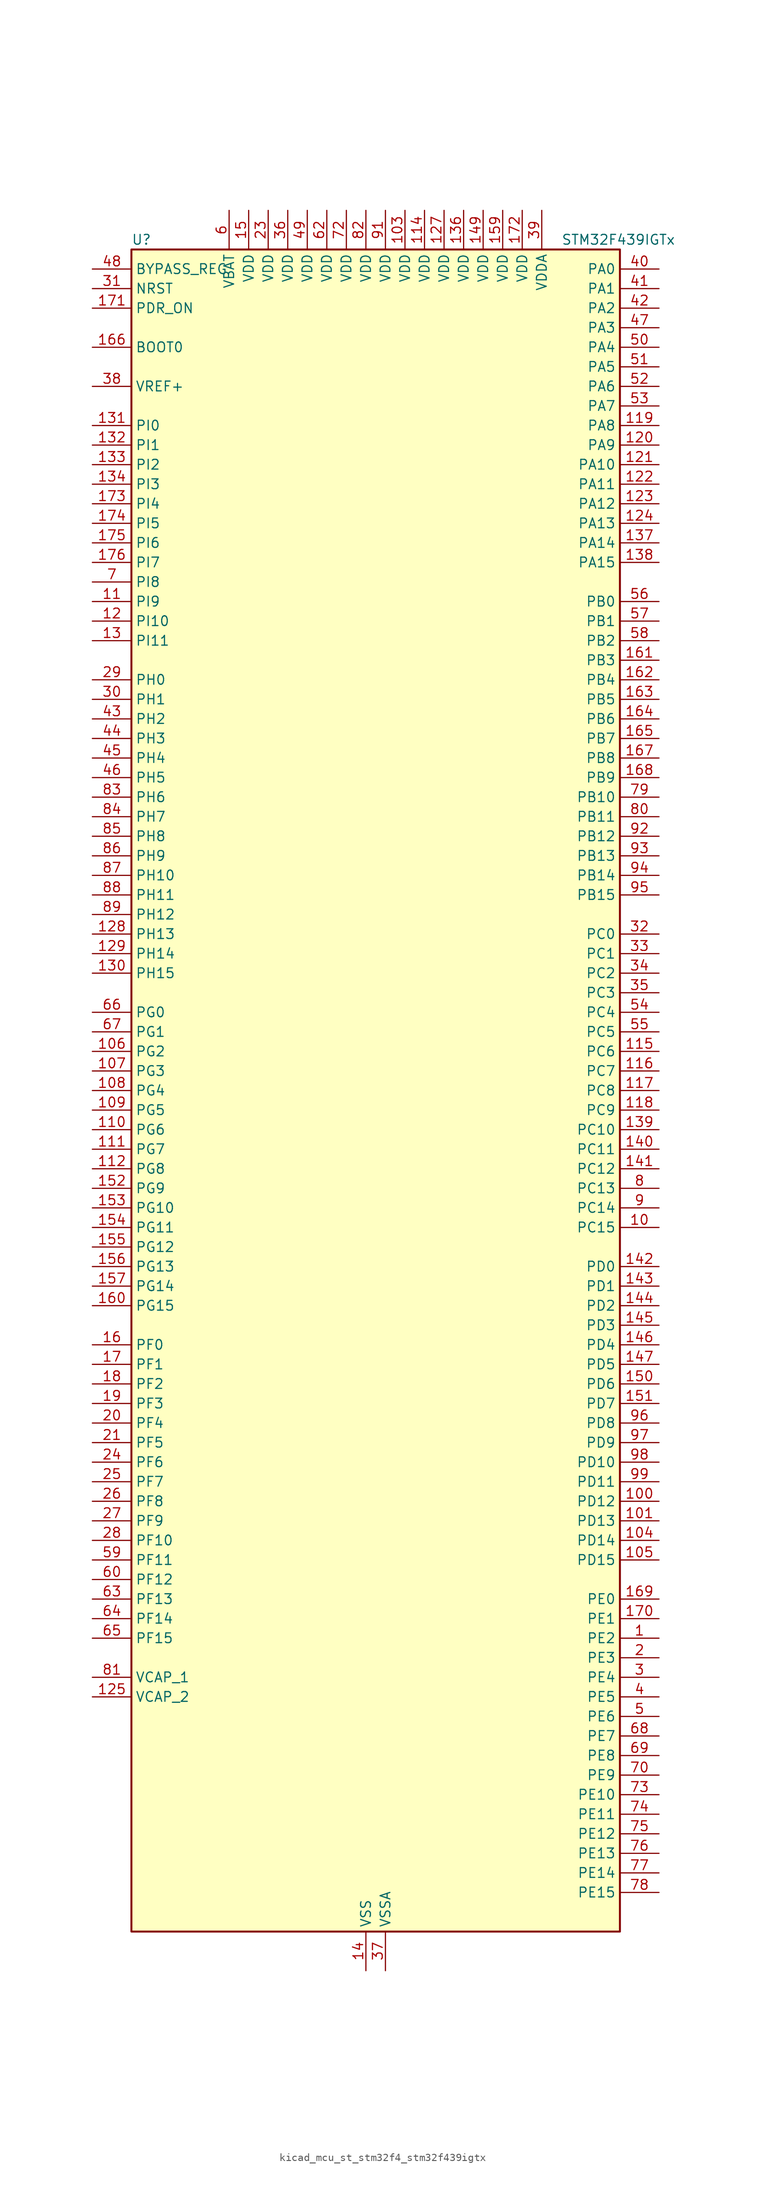
<source format=kicad_sym>
(kicad_symbol_lib
  (version 20220914)
  (generator kicad_symbol_editor)
  (symbol "kicad_mcu_st_stm32f4_stm32f439igtx"
    (property "Reference" "U"
      (at -30.48 110.49 0)
      (effects (font (size 1.27 1.27)) (justify left)))
    (property "Value" "STM32F439IGTx"
      (at 25.4 110.49 0)
      (effects (font (size 1.27 1.27)) (justify left)))
    (property "ki_locked" ""
      (at 0 0 0)
      (effects (font (size 1.27 1.27))))
    (symbol "kicad_mcu_st_stm32f4_stm32f439igtx_0_1"
      (rectangle (start -30.48 -109.22) (end 33.02 109.22) (stroke (width 0.254) (type default)) (fill (type background))))
    (symbol "kicad_mcu_st_stm32f4_stm32f439igtx_1_1"
      (pin bidirectional line (at 38.1 -71.12 180) (length 5.08) (name "PE2" (effects (font (size 1.27 1.27)))) (number "1" (effects (font (size 1.27 1.27)))) (alternate "ETH_TXD3" bidirectional line) (alternate "FMC_A23" bidirectional line) (alternate "SAI1_MCLK_A" bidirectional line) (alternate "SPI4_SCK" bidirectional line) (alternate "SYS_TRACECLK" bidirectional line))
      (pin bidirectional line (at 38.1 -17.78 180) (length 5.08) (name "PC15" (effects (font (size 1.27 1.27)))) (number "10" (effects (font (size 1.27 1.27)))) (alternate "ADC1_EXTI15" bidirectional line) (alternate "ADC2_EXTI15" bidirectional line) (alternate "ADC3_EXTI15" bidirectional line) (alternate "RCC_OSC32_OUT" bidirectional line))
      (pin bidirectional line (at 38.1 -53.34 180) (length 5.08) (name "PD12" (effects (font (size 1.27 1.27)))) (number "100" (effects (font (size 1.27 1.27)))) (alternate "FMC_A17" bidirectional line) (alternate "FMC_ALE" bidirectional line) (alternate "TIM4_CH1" bidirectional line) (alternate "USART3_RTS" bidirectional line))
      (pin bidirectional line (at 38.1 -55.88 180) (length 5.08) (name "PD13" (effects (font (size 1.27 1.27)))) (number "101" (effects (font (size 1.27 1.27)))) (alternate "FMC_A18" bidirectional line) (alternate "TIM4_CH2" bidirectional line))
      (pin passive line (at 0 -114.3 90) (length 5.08) hide (name "VSS" (effects (font (size 1.27 1.27)))) (number "102" (effects (font (size 1.27 1.27)))))
      (pin power_in line (at 5.08 114.3 270) (length 5.08) (name "VDD" (effects (font (size 1.27 1.27)))) (number "103" (effects (font (size 1.27 1.27)))))
      (pin bidirectional line (at 38.1 -58.42 180) (length 5.08) (name "PD14" (effects (font (size 1.27 1.27)))) (number "104" (effects (font (size 1.27 1.27)))) (alternate "FMC_D0" bidirectional line) (alternate "FMC_DA0" bidirectional line) (alternate "TIM4_CH3" bidirectional line))
      (pin bidirectional line (at 38.1 -60.96 180) (length 5.08) (name "PD15" (effects (font (size 1.27 1.27)))) (number "105" (effects (font (size 1.27 1.27)))) (alternate "ADC1_EXTI15" bidirectional line) (alternate "ADC2_EXTI15" bidirectional line) (alternate "ADC3_EXTI15" bidirectional line) (alternate "FMC_D1" bidirectional line) (alternate "FMC_DA1" bidirectional line) (alternate "TIM4_CH4" bidirectional line))
      (pin bidirectional line (at -35.56 5.08 0) (length 5.08) (name "PG2" (effects (font (size 1.27 1.27)))) (number "106" (effects (font (size 1.27 1.27)))) (alternate "FMC_A12" bidirectional line))
      (pin bidirectional line (at -35.56 2.54 0) (length 5.08) (name "PG3" (effects (font (size 1.27 1.27)))) (number "107" (effects (font (size 1.27 1.27)))) (alternate "FMC_A13" bidirectional line))
      (pin bidirectional line (at -35.56 0 0) (length 5.08) (name "PG4" (effects (font (size 1.27 1.27)))) (number "108" (effects (font (size 1.27 1.27)))) (alternate "FMC_A14" bidirectional line) (alternate "FMC_BA0" bidirectional line))
      (pin bidirectional line (at -35.56 -2.54 0) (length 5.08) (name "PG5" (effects (font (size 1.27 1.27)))) (number "109" (effects (font (size 1.27 1.27)))) (alternate "FMC_A15" bidirectional line) (alternate "FMC_BA1" bidirectional line))
      (pin bidirectional line (at -35.56 63.5 0) (length 5.08) (name "PI9" (effects (font (size 1.27 1.27)))) (number "11" (effects (font (size 1.27 1.27)))) (alternate "CAN1_RX" bidirectional line) (alternate "DAC_EXTI9" bidirectional line) (alternate "FMC_D30" bidirectional line) (alternate "LTDC_VSYNC" bidirectional line))
      (pin bidirectional line (at -35.56 -5.08 0) (length 5.08) (name "PG6" (effects (font (size 1.27 1.27)))) (number "110" (effects (font (size 1.27 1.27)))) (alternate "DCMI_D12" bidirectional line) (alternate "FMC_INT2" bidirectional line) (alternate "LTDC_R7" bidirectional line))
      (pin bidirectional line (at -35.56 -7.62 0) (length 5.08) (name "PG7" (effects (font (size 1.27 1.27)))) (number "111" (effects (font (size 1.27 1.27)))) (alternate "DCMI_D13" bidirectional line) (alternate "FMC_INT3" bidirectional line) (alternate "LTDC_CLK" bidirectional line) (alternate "USART6_CK" bidirectional line))
      (pin bidirectional line (at -35.56 -10.16 0) (length 5.08) (name "PG8" (effects (font (size 1.27 1.27)))) (number "112" (effects (font (size 1.27 1.27)))) (alternate "ETH_PPS_OUT" bidirectional line) (alternate "FMC_SDCLK" bidirectional line) (alternate "SPI6_NSS" bidirectional line) (alternate "USART6_RTS" bidirectional line))
      (pin passive line (at 0 -114.3 90) (length 5.08) hide (name "VSS" (effects (font (size 1.27 1.27)))) (number "113" (effects (font (size 1.27 1.27)))))
      (pin power_in line (at 7.62 114.3 270) (length 5.08) (name "VDD" (effects (font (size 1.27 1.27)))) (number "114" (effects (font (size 1.27 1.27)))))
      (pin bidirectional line (at 38.1 5.08 180) (length 5.08) (name "PC6" (effects (font (size 1.27 1.27)))) (number "115" (effects (font (size 1.27 1.27)))) (alternate "DCMI_D0" bidirectional line) (alternate "I2S2_MCK" bidirectional line) (alternate "LTDC_HSYNC" bidirectional line) (alternate "SDIO_D6" bidirectional line) (alternate "TIM3_CH1" bidirectional line) (alternate "TIM8_CH1" bidirectional line) (alternate "USART6_TX" bidirectional line))
      (pin bidirectional line (at 38.1 2.54 180) (length 5.08) (name "PC7" (effects (font (size 1.27 1.27)))) (number "116" (effects (font (size 1.27 1.27)))) (alternate "DCMI_D1" bidirectional line) (alternate "I2S3_MCK" bidirectional line) (alternate "LTDC_G6" bidirectional line) (alternate "SDIO_D7" bidirectional line) (alternate "TIM3_CH2" bidirectional line) (alternate "TIM8_CH2" bidirectional line) (alternate "USART6_RX" bidirectional line))
      (pin bidirectional line (at 38.1 0 180) (length 5.08) (name "PC8" (effects (font (size 1.27 1.27)))) (number "117" (effects (font (size 1.27 1.27)))) (alternate "DCMI_D2" bidirectional line) (alternate "SDIO_D0" bidirectional line) (alternate "TIM3_CH3" bidirectional line) (alternate "TIM8_CH3" bidirectional line) (alternate "USART6_CK" bidirectional line))
      (pin bidirectional line (at 38.1 -2.54 180) (length 5.08) (name "PC9" (effects (font (size 1.27 1.27)))) (number "118" (effects (font (size 1.27 1.27)))) (alternate "DAC_EXTI9" bidirectional line) (alternate "DCMI_D3" bidirectional line) (alternate "I2C3_SDA" bidirectional line) (alternate "I2S_CKIN" bidirectional line) (alternate "RCC_MCO_2" bidirectional line) (alternate "SDIO_D1" bidirectional line) (alternate "TIM3_CH4" bidirectional line) (alternate "TIM8_CH4" bidirectional line))
      (pin bidirectional line (at 38.1 86.36 180) (length 5.08) (name "PA8" (effects (font (size 1.27 1.27)))) (number "119" (effects (font (size 1.27 1.27)))) (alternate "I2C3_SCL" bidirectional line) (alternate "LTDC_R6" bidirectional line) (alternate "RCC_MCO_1" bidirectional line) (alternate "TIM1_CH1" bidirectional line) (alternate "USART1_CK" bidirectional line) (alternate "USB_OTG_FS_SOF" bidirectional line))
      (pin bidirectional line (at -35.56 60.96 0) (length 5.08) (name "PI10" (effects (font (size 1.27 1.27)))) (number "12" (effects (font (size 1.27 1.27)))) (alternate "ETH_RX_ER" bidirectional line) (alternate "FMC_D31" bidirectional line) (alternate "LTDC_HSYNC" bidirectional line))
      (pin bidirectional line (at 38.1 83.82 180) (length 5.08) (name "PA9" (effects (font (size 1.27 1.27)))) (number "120" (effects (font (size 1.27 1.27)))) (alternate "DAC_EXTI9" bidirectional line) (alternate "DCMI_D0" bidirectional line) (alternate "I2C3_SMBA" bidirectional line) (alternate "TIM1_CH2" bidirectional line) (alternate "USART1_TX" bidirectional line) (alternate "USB_OTG_FS_VBUS" bidirectional line))
      (pin bidirectional line (at 38.1 81.28 180) (length 5.08) (name "PA10" (effects (font (size 1.27 1.27)))) (number "121" (effects (font (size 1.27 1.27)))) (alternate "DCMI_D1" bidirectional line) (alternate "TIM1_CH3" bidirectional line) (alternate "USART1_RX" bidirectional line) (alternate "USB_OTG_FS_ID" bidirectional line))
      (pin bidirectional line (at 38.1 78.74 180) (length 5.08) (name "PA11" (effects (font (size 1.27 1.27)))) (number "122" (effects (font (size 1.27 1.27)))) (alternate "ADC1_EXTI11" bidirectional line) (alternate "ADC2_EXTI11" bidirectional line) (alternate "ADC3_EXTI11" bidirectional line) (alternate "CAN1_RX" bidirectional line) (alternate "LTDC_R4" bidirectional line) (alternate "TIM1_CH4" bidirectional line) (alternate "USART1_CTS" bidirectional line) (alternate "USB_OTG_FS_DM" bidirectional line))
      (pin bidirectional line (at 38.1 76.2 180) (length 5.08) (name "PA12" (effects (font (size 1.27 1.27)))) (number "123" (effects (font (size 1.27 1.27)))) (alternate "CAN1_TX" bidirectional line) (alternate "LTDC_R5" bidirectional line) (alternate "TIM1_ETR" bidirectional line) (alternate "USART1_RTS" bidirectional line) (alternate "USB_OTG_FS_DP" bidirectional line))
      (pin bidirectional line (at 38.1 73.66 180) (length 5.08) (name "PA13" (effects (font (size 1.27 1.27)))) (number "124" (effects (font (size 1.27 1.27)))) (alternate "SYS_JTMS-SWDIO" bidirectional line))
      (pin power_out line (at -35.56 -78.74 0) (length 5.08) (name "VCAP_2" (effects (font (size 1.27 1.27)))) (number "125" (effects (font (size 1.27 1.27)))))
      (pin passive line (at 0 -114.3 90) (length 5.08) hide (name "VSS" (effects (font (size 1.27 1.27)))) (number "126" (effects (font (size 1.27 1.27)))))
      (pin power_in line (at 10.16 114.3 270) (length 5.08) (name "VDD" (effects (font (size 1.27 1.27)))) (number "127" (effects (font (size 1.27 1.27)))))
      (pin bidirectional line (at -35.56 20.32 0) (length 5.08) (name "PH13" (effects (font (size 1.27 1.27)))) (number "128" (effects (font (size 1.27 1.27)))) (alternate "CAN1_TX" bidirectional line) (alternate "FMC_D21" bidirectional line) (alternate "LTDC_G2" bidirectional line) (alternate "TIM8_CH1N" bidirectional line))
      (pin bidirectional line (at -35.56 17.78 0) (length 5.08) (name "PH14" (effects (font (size 1.27 1.27)))) (number "129" (effects (font (size 1.27 1.27)))) (alternate "DCMI_D4" bidirectional line) (alternate "FMC_D22" bidirectional line) (alternate "LTDC_G3" bidirectional line) (alternate "TIM8_CH2N" bidirectional line))
      (pin bidirectional line (at -35.56 58.42 0) (length 5.08) (name "PI11" (effects (font (size 1.27 1.27)))) (number "13" (effects (font (size 1.27 1.27)))) (alternate "ADC1_EXTI11" bidirectional line) (alternate "ADC2_EXTI11" bidirectional line) (alternate "ADC3_EXTI11" bidirectional line) (alternate "USB_OTG_HS_ULPI_DIR" bidirectional line))
      (pin bidirectional line (at -35.56 15.24 0) (length 5.08) (name "PH15" (effects (font (size 1.27 1.27)))) (number "130" (effects (font (size 1.27 1.27)))) (alternate "ADC1_EXTI15" bidirectional line) (alternate "ADC2_EXTI15" bidirectional line) (alternate "ADC3_EXTI15" bidirectional line) (alternate "DCMI_D11" bidirectional line) (alternate "FMC_D23" bidirectional line) (alternate "LTDC_G4" bidirectional line) (alternate "TIM8_CH3N" bidirectional line))
      (pin bidirectional line (at -35.56 86.36 0) (length 5.08) (name "PI0" (effects (font (size 1.27 1.27)))) (number "131" (effects (font (size 1.27 1.27)))) (alternate "DCMI_D13" bidirectional line) (alternate "FMC_D24" bidirectional line) (alternate "I2S2_WS" bidirectional line) (alternate "LTDC_G5" bidirectional line) (alternate "SPI2_NSS" bidirectional line) (alternate "TIM5_CH4" bidirectional line))
      (pin bidirectional line (at -35.56 83.82 0) (length 5.08) (name "PI1" (effects (font (size 1.27 1.27)))) (number "132" (effects (font (size 1.27 1.27)))) (alternate "DCMI_D8" bidirectional line) (alternate "FMC_D25" bidirectional line) (alternate "I2S2_CK" bidirectional line) (alternate "LTDC_G6" bidirectional line) (alternate "SPI2_SCK" bidirectional line))
      (pin bidirectional line (at -35.56 81.28 0) (length 5.08) (name "PI2" (effects (font (size 1.27 1.27)))) (number "133" (effects (font (size 1.27 1.27)))) (alternate "DCMI_D9" bidirectional line) (alternate "FMC_D26" bidirectional line) (alternate "I2S2_ext_SD" bidirectional line) (alternate "LTDC_G7" bidirectional line) (alternate "SPI2_MISO" bidirectional line) (alternate "TIM8_CH4" bidirectional line))
      (pin bidirectional line (at -35.56 78.74 0) (length 5.08) (name "PI3" (effects (font (size 1.27 1.27)))) (number "134" (effects (font (size 1.27 1.27)))) (alternate "DCMI_D10" bidirectional line) (alternate "FMC_D27" bidirectional line) (alternate "I2S2_SD" bidirectional line) (alternate "SPI2_MOSI" bidirectional line) (alternate "TIM8_ETR" bidirectional line))
      (pin passive line (at 0 -114.3 90) (length 5.08) hide (name "VSS" (effects (font (size 1.27 1.27)))) (number "135" (effects (font (size 1.27 1.27)))))
      (pin power_in line (at 12.7 114.3 270) (length 5.08) (name "VDD" (effects (font (size 1.27 1.27)))) (number "136" (effects (font (size 1.27 1.27)))))
      (pin bidirectional line (at 38.1 71.12 180) (length 5.08) (name "PA14" (effects (font (size 1.27 1.27)))) (number "137" (effects (font (size 1.27 1.27)))) (alternate "SYS_JTCK-SWCLK" bidirectional line))
      (pin bidirectional line (at 38.1 68.58 180) (length 5.08) (name "PA15" (effects (font (size 1.27 1.27)))) (number "138" (effects (font (size 1.27 1.27)))) (alternate "ADC1_EXTI15" bidirectional line) (alternate "ADC2_EXTI15" bidirectional line) (alternate "ADC3_EXTI15" bidirectional line) (alternate "I2S3_WS" bidirectional line) (alternate "SPI1_NSS" bidirectional line) (alternate "SPI3_NSS" bidirectional line) (alternate "SYS_JTDI" bidirectional line) (alternate "TIM2_CH1" bidirectional line) (alternate "TIM2_ETR" bidirectional line))
      (pin bidirectional line (at 38.1 -5.08 180) (length 5.08) (name "PC10" (effects (font (size 1.27 1.27)))) (number "139" (effects (font (size 1.27 1.27)))) (alternate "DCMI_D8" bidirectional line) (alternate "I2S3_CK" bidirectional line) (alternate "LTDC_R2" bidirectional line) (alternate "SDIO_D2" bidirectional line) (alternate "SPI3_SCK" bidirectional line) (alternate "UART4_TX" bidirectional line) (alternate "USART3_TX" bidirectional line))
      (pin power_in line (at 0 -114.3 90) (length 5.08) (name "VSS" (effects (font (size 1.27 1.27)))) (number "14" (effects (font (size 1.27 1.27)))))
      (pin bidirectional line (at 38.1 -7.62 180) (length 5.08) (name "PC11" (effects (font (size 1.27 1.27)))) (number "140" (effects (font (size 1.27 1.27)))) (alternate "ADC1_EXTI11" bidirectional line) (alternate "ADC2_EXTI11" bidirectional line) (alternate "ADC3_EXTI11" bidirectional line) (alternate "DCMI_D4" bidirectional line) (alternate "I2S3_ext_SD" bidirectional line) (alternate "SDIO_D3" bidirectional line) (alternate "SPI3_MISO" bidirectional line) (alternate "UART4_RX" bidirectional line) (alternate "USART3_RX" bidirectional line))
      (pin bidirectional line (at 38.1 -10.16 180) (length 5.08) (name "PC12" (effects (font (size 1.27 1.27)))) (number "141" (effects (font (size 1.27 1.27)))) (alternate "DCMI_D9" bidirectional line) (alternate "I2S3_SD" bidirectional line) (alternate "SDIO_CK" bidirectional line) (alternate "SPI3_MOSI" bidirectional line) (alternate "UART5_TX" bidirectional line) (alternate "USART3_CK" bidirectional line))
      (pin bidirectional line (at 38.1 -22.86 180) (length 5.08) (name "PD0" (effects (font (size 1.27 1.27)))) (number "142" (effects (font (size 1.27 1.27)))) (alternate "CAN1_RX" bidirectional line) (alternate "FMC_D2" bidirectional line) (alternate "FMC_DA2" bidirectional line))
      (pin bidirectional line (at 38.1 -25.4 180) (length 5.08) (name "PD1" (effects (font (size 1.27 1.27)))) (number "143" (effects (font (size 1.27 1.27)))) (alternate "CAN1_TX" bidirectional line) (alternate "FMC_D3" bidirectional line) (alternate "FMC_DA3" bidirectional line))
      (pin bidirectional line (at 38.1 -27.94 180) (length 5.08) (name "PD2" (effects (font (size 1.27 1.27)))) (number "144" (effects (font (size 1.27 1.27)))) (alternate "DCMI_D11" bidirectional line) (alternate "SDIO_CMD" bidirectional line) (alternate "TIM3_ETR" bidirectional line) (alternate "UART5_RX" bidirectional line))
      (pin bidirectional line (at 38.1 -30.48 180) (length 5.08) (name "PD3" (effects (font (size 1.27 1.27)))) (number "145" (effects (font (size 1.27 1.27)))) (alternate "DCMI_D5" bidirectional line) (alternate "FMC_CLK" bidirectional line) (alternate "I2S2_CK" bidirectional line) (alternate "LTDC_G7" bidirectional line) (alternate "SPI2_SCK" bidirectional line) (alternate "USART2_CTS" bidirectional line))
      (pin bidirectional line (at 38.1 -33.02 180) (length 5.08) (name "PD4" (effects (font (size 1.27 1.27)))) (number "146" (effects (font (size 1.27 1.27)))) (alternate "FMC_NOE" bidirectional line) (alternate "USART2_RTS" bidirectional line))
      (pin bidirectional line (at 38.1 -35.56 180) (length 5.08) (name "PD5" (effects (font (size 1.27 1.27)))) (number "147" (effects (font (size 1.27 1.27)))) (alternate "FMC_NWE" bidirectional line) (alternate "USART2_TX" bidirectional line))
      (pin passive line (at 0 -114.3 90) (length 5.08) hide (name "VSS" (effects (font (size 1.27 1.27)))) (number "148" (effects (font (size 1.27 1.27)))))
      (pin power_in line (at 15.24 114.3 270) (length 5.08) (name "VDD" (effects (font (size 1.27 1.27)))) (number "149" (effects (font (size 1.27 1.27)))))
      (pin power_in line (at -15.24 114.3 270) (length 5.08) (name "VDD" (effects (font (size 1.27 1.27)))) (number "15" (effects (font (size 1.27 1.27)))))
      (pin bidirectional line (at 38.1 -38.1 180) (length 5.08) (name "PD6" (effects (font (size 1.27 1.27)))) (number "150" (effects (font (size 1.27 1.27)))) (alternate "DCMI_D10" bidirectional line) (alternate "FMC_NWAIT" bidirectional line) (alternate "I2S3_SD" bidirectional line) (alternate "LTDC_B2" bidirectional line) (alternate "SAI1_SD_A" bidirectional line) (alternate "SPI3_MOSI" bidirectional line) (alternate "USART2_RX" bidirectional line))
      (pin bidirectional line (at 38.1 -40.64 180) (length 5.08) (name "PD7" (effects (font (size 1.27 1.27)))) (number "151" (effects (font (size 1.27 1.27)))) (alternate "FMC_NCE2" bidirectional line) (alternate "FMC_NE1" bidirectional line) (alternate "USART2_CK" bidirectional line))
      (pin bidirectional line (at -35.56 -12.7 0) (length 5.08) (name "PG9" (effects (font (size 1.27 1.27)))) (number "152" (effects (font (size 1.27 1.27)))) (alternate "DAC_EXTI9" bidirectional line) (alternate "DCMI_VSYNC" bidirectional line) (alternate "FMC_NCE3" bidirectional line) (alternate "FMC_NE2" bidirectional line) (alternate "USART6_RX" bidirectional line))
      (pin bidirectional line (at -35.56 -15.24 0) (length 5.08) (name "PG10" (effects (font (size 1.27 1.27)))) (number "153" (effects (font (size 1.27 1.27)))) (alternate "DCMI_D2" bidirectional line) (alternate "FMC_NCE4_1" bidirectional line) (alternate "FMC_NE3" bidirectional line) (alternate "LTDC_B2" bidirectional line) (alternate "LTDC_G3" bidirectional line))
      (pin bidirectional line (at -35.56 -17.78 0) (length 5.08) (name "PG11" (effects (font (size 1.27 1.27)))) (number "154" (effects (font (size 1.27 1.27)))) (alternate "ADC1_EXTI11" bidirectional line) (alternate "ADC2_EXTI11" bidirectional line) (alternate "ADC3_EXTI11" bidirectional line) (alternate "DCMI_D3" bidirectional line) (alternate "ETH_TX_EN" bidirectional line) (alternate "FMC_NCE4_2" bidirectional line) (alternate "LTDC_B3" bidirectional line))
      (pin bidirectional line (at -35.56 -20.32 0) (length 5.08) (name "PG12" (effects (font (size 1.27 1.27)))) (number "155" (effects (font (size 1.27 1.27)))) (alternate "FMC_NE4" bidirectional line) (alternate "LTDC_B1" bidirectional line) (alternate "LTDC_B4" bidirectional line) (alternate "SPI6_MISO" bidirectional line) (alternate "USART6_RTS" bidirectional line))
      (pin bidirectional line (at -35.56 -22.86 0) (length 5.08) (name "PG13" (effects (font (size 1.27 1.27)))) (number "156" (effects (font (size 1.27 1.27)))) (alternate "ETH_TXD0" bidirectional line) (alternate "FMC_A24" bidirectional line) (alternate "SPI6_SCK" bidirectional line) (alternate "USART6_CTS" bidirectional line))
      (pin bidirectional line (at -35.56 -25.4 0) (length 5.08) (name "PG14" (effects (font (size 1.27 1.27)))) (number "157" (effects (font (size 1.27 1.27)))) (alternate "ETH_TXD1" bidirectional line) (alternate "FMC_A25" bidirectional line) (alternate "SPI6_MOSI" bidirectional line) (alternate "USART6_TX" bidirectional line))
      (pin passive line (at 0 -114.3 90) (length 5.08) hide (name "VSS" (effects (font (size 1.27 1.27)))) (number "158" (effects (font (size 1.27 1.27)))))
      (pin power_in line (at 17.78 114.3 270) (length 5.08) (name "VDD" (effects (font (size 1.27 1.27)))) (number "159" (effects (font (size 1.27 1.27)))))
      (pin bidirectional line (at -35.56 -33.02 0) (length 5.08) (name "PF0" (effects (font (size 1.27 1.27)))) (number "16" (effects (font (size 1.27 1.27)))) (alternate "FMC_A0" bidirectional line) (alternate "I2C2_SDA" bidirectional line))
      (pin bidirectional line (at -35.56 -27.94 0) (length 5.08) (name "PG15" (effects (font (size 1.27 1.27)))) (number "160" (effects (font (size 1.27 1.27)))) (alternate "ADC1_EXTI15" bidirectional line) (alternate "ADC2_EXTI15" bidirectional line) (alternate "ADC3_EXTI15" bidirectional line) (alternate "DCMI_D13" bidirectional line) (alternate "FMC_SDNCAS" bidirectional line) (alternate "USART6_CTS" bidirectional line))
      (pin bidirectional line (at 38.1 55.88 180) (length 5.08) (name "PB3" (effects (font (size 1.27 1.27)))) (number "161" (effects (font (size 1.27 1.27)))) (alternate "I2S3_CK" bidirectional line) (alternate "SPI1_SCK" bidirectional line) (alternate "SPI3_SCK" bidirectional line) (alternate "SYS_JTDO-SWO" bidirectional line) (alternate "TIM2_CH2" bidirectional line))
      (pin bidirectional line (at 38.1 53.34 180) (length 5.08) (name "PB4" (effects (font (size 1.27 1.27)))) (number "162" (effects (font (size 1.27 1.27)))) (alternate "I2S3_ext_SD" bidirectional line) (alternate "SPI1_MISO" bidirectional line) (alternate "SPI3_MISO" bidirectional line) (alternate "SYS_JTRST" bidirectional line) (alternate "TIM3_CH1" bidirectional line))
      (pin bidirectional line (at 38.1 50.8 180) (length 5.08) (name "PB5" (effects (font (size 1.27 1.27)))) (number "163" (effects (font (size 1.27 1.27)))) (alternate "CAN2_RX" bidirectional line) (alternate "DCMI_D10" bidirectional line) (alternate "ETH_PPS_OUT" bidirectional line) (alternate "FMC_SDCKE1" bidirectional line) (alternate "I2C1_SMBA" bidirectional line) (alternate "I2S3_SD" bidirectional line) (alternate "SPI1_MOSI" bidirectional line) (alternate "SPI3_MOSI" bidirectional line) (alternate "TIM3_CH2" bidirectional line) (alternate "USB_OTG_HS_ULPI_D7" bidirectional line))
      (pin bidirectional line (at 38.1 48.26 180) (length 5.08) (name "PB6" (effects (font (size 1.27 1.27)))) (number "164" (effects (font (size 1.27 1.27)))) (alternate "CAN2_TX" bidirectional line) (alternate "DCMI_D5" bidirectional line) (alternate "FMC_SDNE1" bidirectional line) (alternate "I2C1_SCL" bidirectional line) (alternate "TIM4_CH1" bidirectional line) (alternate "USART1_TX" bidirectional line))
      (pin bidirectional line (at 38.1 45.72 180) (length 5.08) (name "PB7" (effects (font (size 1.27 1.27)))) (number "165" (effects (font (size 1.27 1.27)))) (alternate "DCMI_VSYNC" bidirectional line) (alternate "FMC_NL" bidirectional line) (alternate "I2C1_SDA" bidirectional line) (alternate "TIM4_CH2" bidirectional line) (alternate "USART1_RX" bidirectional line))
      (pin input line (at -35.56 96.52 0) (length 5.08) (name "BOOT0" (effects (font (size 1.27 1.27)))) (number "166" (effects (font (size 1.27 1.27)))))
      (pin bidirectional line (at 38.1 43.18 180) (length 5.08) (name "PB8" (effects (font (size 1.27 1.27)))) (number "167" (effects (font (size 1.27 1.27)))) (alternate "CAN1_RX" bidirectional line) (alternate "DCMI_D6" bidirectional line) (alternate "ETH_TXD3" bidirectional line) (alternate "I2C1_SCL" bidirectional line) (alternate "LTDC_B6" bidirectional line) (alternate "SDIO_D4" bidirectional line) (alternate "TIM10_CH1" bidirectional line) (alternate "TIM4_CH3" bidirectional line))
      (pin bidirectional line (at 38.1 40.64 180) (length 5.08) (name "PB9" (effects (font (size 1.27 1.27)))) (number "168" (effects (font (size 1.27 1.27)))) (alternate "CAN1_TX" bidirectional line) (alternate "DAC_EXTI9" bidirectional line) (alternate "DCMI_D7" bidirectional line) (alternate "I2C1_SDA" bidirectional line) (alternate "I2S2_WS" bidirectional line) (alternate "LTDC_B7" bidirectional line) (alternate "SDIO_D5" bidirectional line) (alternate "SPI2_NSS" bidirectional line) (alternate "TIM11_CH1" bidirectional line) (alternate "TIM4_CH4" bidirectional line))
      (pin bidirectional line (at 38.1 -66.04 180) (length 5.08) (name "PE0" (effects (font (size 1.27 1.27)))) (number "169" (effects (font (size 1.27 1.27)))) (alternate "DCMI_D2" bidirectional line) (alternate "FMC_NBL0" bidirectional line) (alternate "TIM4_ETR" bidirectional line) (alternate "UART8_RX" bidirectional line))
      (pin bidirectional line (at -35.56 -35.56 0) (length 5.08) (name "PF1" (effects (font (size 1.27 1.27)))) (number "17" (effects (font (size 1.27 1.27)))) (alternate "FMC_A1" bidirectional line) (alternate "I2C2_SCL" bidirectional line))
      (pin bidirectional line (at 38.1 -68.58 180) (length 5.08) (name "PE1" (effects (font (size 1.27 1.27)))) (number "170" (effects (font (size 1.27 1.27)))) (alternate "DCMI_D3" bidirectional line) (alternate "FMC_NBL1" bidirectional line) (alternate "UART8_TX" bidirectional line))
      (pin input line (at -35.56 101.6 0) (length 5.08) (name "PDR_ON" (effects (font (size 1.27 1.27)))) (number "171" (effects (font (size 1.27 1.27)))))
      (pin power_in line (at 20.32 114.3 270) (length 5.08) (name "VDD" (effects (font (size 1.27 1.27)))) (number "172" (effects (font (size 1.27 1.27)))))
      (pin bidirectional line (at -35.56 76.2 0) (length 5.08) (name "PI4" (effects (font (size 1.27 1.27)))) (number "173" (effects (font (size 1.27 1.27)))) (alternate "DCMI_D5" bidirectional line) (alternate "FMC_NBL2" bidirectional line) (alternate "LTDC_B4" bidirectional line) (alternate "TIM8_BKIN" bidirectional line))
      (pin bidirectional line (at -35.56 73.66 0) (length 5.08) (name "PI5" (effects (font (size 1.27 1.27)))) (number "174" (effects (font (size 1.27 1.27)))) (alternate "DCMI_VSYNC" bidirectional line) (alternate "FMC_NBL3" bidirectional line) (alternate "LTDC_B5" bidirectional line) (alternate "TIM8_CH1" bidirectional line))
      (pin bidirectional line (at -35.56 71.12 0) (length 5.08) (name "PI6" (effects (font (size 1.27 1.27)))) (number "175" (effects (font (size 1.27 1.27)))) (alternate "DCMI_D6" bidirectional line) (alternate "FMC_D28" bidirectional line) (alternate "LTDC_B6" bidirectional line) (alternate "TIM8_CH2" bidirectional line))
      (pin bidirectional line (at -35.56 68.58 0) (length 5.08) (name "PI7" (effects (font (size 1.27 1.27)))) (number "176" (effects (font (size 1.27 1.27)))) (alternate "DCMI_D7" bidirectional line) (alternate "FMC_D29" bidirectional line) (alternate "LTDC_B7" bidirectional line) (alternate "TIM8_CH3" bidirectional line))
      (pin bidirectional line (at -35.56 -38.1 0) (length 5.08) (name "PF2" (effects (font (size 1.27 1.27)))) (number "18" (effects (font (size 1.27 1.27)))) (alternate "FMC_A2" bidirectional line) (alternate "I2C2_SMBA" bidirectional line))
      (pin bidirectional line (at -35.56 -40.64 0) (length 5.08) (name "PF3" (effects (font (size 1.27 1.27)))) (number "19" (effects (font (size 1.27 1.27)))) (alternate "ADC3_IN9" bidirectional line) (alternate "FMC_A3" bidirectional line))
      (pin bidirectional line (at 38.1 -73.66 180) (length 5.08) (name "PE3" (effects (font (size 1.27 1.27)))) (number "2" (effects (font (size 1.27 1.27)))) (alternate "FMC_A19" bidirectional line) (alternate "SAI1_SD_B" bidirectional line) (alternate "SYS_TRACED0" bidirectional line))
      (pin bidirectional line (at -35.56 -43.18 0) (length 5.08) (name "PF4" (effects (font (size 1.27 1.27)))) (number "20" (effects (font (size 1.27 1.27)))) (alternate "ADC3_IN14" bidirectional line) (alternate "FMC_A4" bidirectional line))
      (pin bidirectional line (at -35.56 -45.72 0) (length 5.08) (name "PF5" (effects (font (size 1.27 1.27)))) (number "21" (effects (font (size 1.27 1.27)))) (alternate "ADC3_IN15" bidirectional line) (alternate "FMC_A5" bidirectional line))
      (pin passive line (at 0 -114.3 90) (length 5.08) hide (name "VSS" (effects (font (size 1.27 1.27)))) (number "22" (effects (font (size 1.27 1.27)))))
      (pin power_in line (at -12.7 114.3 270) (length 5.08) (name "VDD" (effects (font (size 1.27 1.27)))) (number "23" (effects (font (size 1.27 1.27)))))
      (pin bidirectional line (at -35.56 -48.26 0) (length 5.08) (name "PF6" (effects (font (size 1.27 1.27)))) (number "24" (effects (font (size 1.27 1.27)))) (alternate "ADC3_IN4" bidirectional line) (alternate "FMC_NIORD" bidirectional line) (alternate "SAI1_SD_B" bidirectional line) (alternate "SPI5_NSS" bidirectional line) (alternate "TIM10_CH1" bidirectional line) (alternate "UART7_RX" bidirectional line))
      (pin bidirectional line (at -35.56 -50.8 0) (length 5.08) (name "PF7" (effects (font (size 1.27 1.27)))) (number "25" (effects (font (size 1.27 1.27)))) (alternate "ADC3_IN5" bidirectional line) (alternate "FMC_NREG" bidirectional line) (alternate "SAI1_MCLK_B" bidirectional line) (alternate "SPI5_SCK" bidirectional line) (alternate "TIM11_CH1" bidirectional line) (alternate "UART7_TX" bidirectional line))
      (pin bidirectional line (at -35.56 -53.34 0) (length 5.08) (name "PF8" (effects (font (size 1.27 1.27)))) (number "26" (effects (font (size 1.27 1.27)))) (alternate "ADC3_IN6" bidirectional line) (alternate "FMC_NIOWR" bidirectional line) (alternate "SAI1_SCK_B" bidirectional line) (alternate "SPI5_MISO" bidirectional line) (alternate "TIM13_CH1" bidirectional line))
      (pin bidirectional line (at -35.56 -55.88 0) (length 5.08) (name "PF9" (effects (font (size 1.27 1.27)))) (number "27" (effects (font (size 1.27 1.27)))) (alternate "ADC3_IN7" bidirectional line) (alternate "DAC_EXTI9" bidirectional line) (alternate "FMC_CD" bidirectional line) (alternate "SAI1_FS_B" bidirectional line) (alternate "SPI5_MOSI" bidirectional line) (alternate "TIM14_CH1" bidirectional line))
      (pin bidirectional line (at -35.56 -58.42 0) (length 5.08) (name "PF10" (effects (font (size 1.27 1.27)))) (number "28" (effects (font (size 1.27 1.27)))) (alternate "ADC3_IN8" bidirectional line) (alternate "DCMI_D11" bidirectional line) (alternate "FMC_INTR" bidirectional line) (alternate "LTDC_DE" bidirectional line))
      (pin bidirectional line (at -35.56 53.34 0) (length 5.08) (name "PH0" (effects (font (size 1.27 1.27)))) (number "29" (effects (font (size 1.27 1.27)))) (alternate "RCC_OSC_IN" bidirectional line))
      (pin bidirectional line (at 38.1 -76.2 180) (length 5.08) (name "PE4" (effects (font (size 1.27 1.27)))) (number "3" (effects (font (size 1.27 1.27)))) (alternate "DCMI_D4" bidirectional line) (alternate "FMC_A20" bidirectional line) (alternate "LTDC_B0" bidirectional line) (alternate "SAI1_FS_A" bidirectional line) (alternate "SPI4_NSS" bidirectional line) (alternate "SYS_TRACED1" bidirectional line))
      (pin bidirectional line (at -35.56 50.8 0) (length 5.08) (name "PH1" (effects (font (size 1.27 1.27)))) (number "30" (effects (font (size 1.27 1.27)))) (alternate "RCC_OSC_OUT" bidirectional line))
      (pin input line (at -35.56 104.14 0) (length 5.08) (name "NRST" (effects (font (size 1.27 1.27)))) (number "31" (effects (font (size 1.27 1.27)))))
      (pin bidirectional line (at 38.1 20.32 180) (length 5.08) (name "PC0" (effects (font (size 1.27 1.27)))) (number "32" (effects (font (size 1.27 1.27)))) (alternate "ADC1_IN10" bidirectional line) (alternate "ADC2_IN10" bidirectional line) (alternate "ADC3_IN10" bidirectional line) (alternate "FMC_SDNWE" bidirectional line) (alternate "USB_OTG_HS_ULPI_STP" bidirectional line))
      (pin bidirectional line (at 38.1 17.78 180) (length 5.08) (name "PC1" (effects (font (size 1.27 1.27)))) (number "33" (effects (font (size 1.27 1.27)))) (alternate "ADC1_IN11" bidirectional line) (alternate "ADC2_IN11" bidirectional line) (alternate "ADC3_IN11" bidirectional line) (alternate "ETH_MDC" bidirectional line))
      (pin bidirectional line (at 38.1 15.24 180) (length 5.08) (name "PC2" (effects (font (size 1.27 1.27)))) (number "34" (effects (font (size 1.27 1.27)))) (alternate "ADC1_IN12" bidirectional line) (alternate "ADC2_IN12" bidirectional line) (alternate "ADC3_IN12" bidirectional line) (alternate "ETH_TXD2" bidirectional line) (alternate "FMC_SDNE0" bidirectional line) (alternate "I2S2_ext_SD" bidirectional line) (alternate "SPI2_MISO" bidirectional line) (alternate "USB_OTG_HS_ULPI_DIR" bidirectional line))
      (pin bidirectional line (at 38.1 12.7 180) (length 5.08) (name "PC3" (effects (font (size 1.27 1.27)))) (number "35" (effects (font (size 1.27 1.27)))) (alternate "ADC1_IN13" bidirectional line) (alternate "ADC2_IN13" bidirectional line) (alternate "ADC3_IN13" bidirectional line) (alternate "ETH_TX_CLK" bidirectional line) (alternate "FMC_SDCKE0" bidirectional line) (alternate "I2S2_SD" bidirectional line) (alternate "SPI2_MOSI" bidirectional line) (alternate "USB_OTG_HS_ULPI_NXT" bidirectional line))
      (pin power_in line (at -10.16 114.3 270) (length 5.08) (name "VDD" (effects (font (size 1.27 1.27)))) (number "36" (effects (font (size 1.27 1.27)))))
      (pin power_in line (at 2.54 -114.3 90) (length 5.08) (name "VSSA" (effects (font (size 1.27 1.27)))) (number "37" (effects (font (size 1.27 1.27)))))
      (pin input line (at -35.56 91.44 0) (length 5.08) (name "VREF+" (effects (font (size 1.27 1.27)))) (number "38" (effects (font (size 1.27 1.27)))))
      (pin power_in line (at 22.86 114.3 270) (length 5.08) (name "VDDA" (effects (font (size 1.27 1.27)))) (number "39" (effects (font (size 1.27 1.27)))))
      (pin bidirectional line (at 38.1 -78.74 180) (length 5.08) (name "PE5" (effects (font (size 1.27 1.27)))) (number "4" (effects (font (size 1.27 1.27)))) (alternate "DCMI_D6" bidirectional line) (alternate "FMC_A21" bidirectional line) (alternate "LTDC_G0" bidirectional line) (alternate "SAI1_SCK_A" bidirectional line) (alternate "SPI4_MISO" bidirectional line) (alternate "SYS_TRACED2" bidirectional line) (alternate "TIM9_CH1" bidirectional line))
      (pin bidirectional line (at 38.1 106.68 180) (length 5.08) (name "PA0" (effects (font (size 1.27 1.27)))) (number "40" (effects (font (size 1.27 1.27)))) (alternate "ADC1_IN0" bidirectional line) (alternate "ADC2_IN0" bidirectional line) (alternate "ADC3_IN0" bidirectional line) (alternate "ETH_CRS" bidirectional line) (alternate "SYS_WKUP" bidirectional line) (alternate "TIM2_CH1" bidirectional line) (alternate "TIM2_ETR" bidirectional line) (alternate "TIM5_CH1" bidirectional line) (alternate "TIM8_ETR" bidirectional line) (alternate "UART4_TX" bidirectional line) (alternate "USART2_CTS" bidirectional line))
      (pin bidirectional line (at 38.1 104.14 180) (length 5.08) (name "PA1" (effects (font (size 1.27 1.27)))) (number "41" (effects (font (size 1.27 1.27)))) (alternate "ADC1_IN1" bidirectional line) (alternate "ADC2_IN1" bidirectional line) (alternate "ADC3_IN1" bidirectional line) (alternate "ETH_REF_CLK" bidirectional line) (alternate "ETH_RX_CLK" bidirectional line) (alternate "TIM2_CH2" bidirectional line) (alternate "TIM5_CH2" bidirectional line) (alternate "UART4_RX" bidirectional line) (alternate "USART2_RTS" bidirectional line))
      (pin bidirectional line (at 38.1 101.6 180) (length 5.08) (name "PA2" (effects (font (size 1.27 1.27)))) (number "42" (effects (font (size 1.27 1.27)))) (alternate "ADC1_IN2" bidirectional line) (alternate "ADC2_IN2" bidirectional line) (alternate "ADC3_IN2" bidirectional line) (alternate "ETH_MDIO" bidirectional line) (alternate "TIM2_CH3" bidirectional line) (alternate "TIM5_CH3" bidirectional line) (alternate "TIM9_CH1" bidirectional line) (alternate "USART2_TX" bidirectional line))
      (pin bidirectional line (at -35.56 48.26 0) (length 5.08) (name "PH2" (effects (font (size 1.27 1.27)))) (number "43" (effects (font (size 1.27 1.27)))) (alternate "ETH_CRS" bidirectional line) (alternate "FMC_SDCKE0" bidirectional line) (alternate "LTDC_R0" bidirectional line))
      (pin bidirectional line (at -35.56 45.72 0) (length 5.08) (name "PH3" (effects (font (size 1.27 1.27)))) (number "44" (effects (font (size 1.27 1.27)))) (alternate "ETH_COL" bidirectional line) (alternate "FMC_SDNE0" bidirectional line) (alternate "LTDC_R1" bidirectional line))
      (pin bidirectional line (at -35.56 43.18 0) (length 5.08) (name "PH4" (effects (font (size 1.27 1.27)))) (number "45" (effects (font (size 1.27 1.27)))) (alternate "I2C2_SCL" bidirectional line) (alternate "USB_OTG_HS_ULPI_NXT" bidirectional line))
      (pin bidirectional line (at -35.56 40.64 0) (length 5.08) (name "PH5" (effects (font (size 1.27 1.27)))) (number "46" (effects (font (size 1.27 1.27)))) (alternate "FMC_SDNWE" bidirectional line) (alternate "I2C2_SDA" bidirectional line) (alternate "SPI5_NSS" bidirectional line))
      (pin bidirectional line (at 38.1 99.06 180) (length 5.08) (name "PA3" (effects (font (size 1.27 1.27)))) (number "47" (effects (font (size 1.27 1.27)))) (alternate "ADC1_IN3" bidirectional line) (alternate "ADC2_IN3" bidirectional line) (alternate "ADC3_IN3" bidirectional line) (alternate "ETH_COL" bidirectional line) (alternate "LTDC_B5" bidirectional line) (alternate "TIM2_CH4" bidirectional line) (alternate "TIM5_CH4" bidirectional line) (alternate "TIM9_CH2" bidirectional line) (alternate "USART2_RX" bidirectional line) (alternate "USB_OTG_HS_ULPI_D0" bidirectional line))
      (pin input line (at -35.56 106.68 0) (length 5.08) (name "BYPASS_REG" (effects (font (size 1.27 1.27)))) (number "48" (effects (font (size 1.27 1.27)))))
      (pin power_in line (at -7.62 114.3 270) (length 5.08) (name "VDD" (effects (font (size 1.27 1.27)))) (number "49" (effects (font (size 1.27 1.27)))))
      (pin bidirectional line (at 38.1 -81.28 180) (length 5.08) (name "PE6" (effects (font (size 1.27 1.27)))) (number "5" (effects (font (size 1.27 1.27)))) (alternate "DCMI_D7" bidirectional line) (alternate "FMC_A22" bidirectional line) (alternate "LTDC_G1" bidirectional line) (alternate "SAI1_SD_A" bidirectional line) (alternate "SPI4_MOSI" bidirectional line) (alternate "SYS_TRACED3" bidirectional line) (alternate "TIM9_CH2" bidirectional line))
      (pin bidirectional line (at 38.1 96.52 180) (length 5.08) (name "PA4" (effects (font (size 1.27 1.27)))) (number "50" (effects (font (size 1.27 1.27)))) (alternate "ADC1_IN4" bidirectional line) (alternate "ADC2_IN4" bidirectional line) (alternate "DAC_OUT1" bidirectional line) (alternate "DCMI_HSYNC" bidirectional line) (alternate "I2S3_WS" bidirectional line) (alternate "LTDC_VSYNC" bidirectional line) (alternate "SPI1_NSS" bidirectional line) (alternate "SPI3_NSS" bidirectional line) (alternate "USART2_CK" bidirectional line) (alternate "USB_OTG_HS_SOF" bidirectional line))
      (pin bidirectional line (at 38.1 93.98 180) (length 5.08) (name "PA5" (effects (font (size 1.27 1.27)))) (number "51" (effects (font (size 1.27 1.27)))) (alternate "ADC1_IN5" bidirectional line) (alternate "ADC2_IN5" bidirectional line) (alternate "DAC_OUT2" bidirectional line) (alternate "SPI1_SCK" bidirectional line) (alternate "TIM2_CH1" bidirectional line) (alternate "TIM2_ETR" bidirectional line) (alternate "TIM8_CH1N" bidirectional line) (alternate "USB_OTG_HS_ULPI_CK" bidirectional line))
      (pin bidirectional line (at 38.1 91.44 180) (length 5.08) (name "PA6" (effects (font (size 1.27 1.27)))) (number "52" (effects (font (size 1.27 1.27)))) (alternate "ADC1_IN6" bidirectional line) (alternate "ADC2_IN6" bidirectional line) (alternate "DCMI_PIXCLK" bidirectional line) (alternate "LTDC_G2" bidirectional line) (alternate "SPI1_MISO" bidirectional line) (alternate "TIM13_CH1" bidirectional line) (alternate "TIM1_BKIN" bidirectional line) (alternate "TIM3_CH1" bidirectional line) (alternate "TIM8_BKIN" bidirectional line))
      (pin bidirectional line (at 38.1 88.9 180) (length 5.08) (name "PA7" (effects (font (size 1.27 1.27)))) (number "53" (effects (font (size 1.27 1.27)))) (alternate "ADC1_IN7" bidirectional line) (alternate "ADC2_IN7" bidirectional line) (alternate "ETH_CRS_DV" bidirectional line) (alternate "ETH_RX_DV" bidirectional line) (alternate "SPI1_MOSI" bidirectional line) (alternate "TIM14_CH1" bidirectional line) (alternate "TIM1_CH1N" bidirectional line) (alternate "TIM3_CH2" bidirectional line) (alternate "TIM8_CH1N" bidirectional line))
      (pin bidirectional line (at 38.1 10.16 180) (length 5.08) (name "PC4" (effects (font (size 1.27 1.27)))) (number "54" (effects (font (size 1.27 1.27)))) (alternate "ADC1_IN14" bidirectional line) (alternate "ADC2_IN14" bidirectional line) (alternate "ETH_RXD0" bidirectional line))
      (pin bidirectional line (at 38.1 7.62 180) (length 5.08) (name "PC5" (effects (font (size 1.27 1.27)))) (number "55" (effects (font (size 1.27 1.27)))) (alternate "ADC1_IN15" bidirectional line) (alternate "ADC2_IN15" bidirectional line) (alternate "ETH_RXD1" bidirectional line))
      (pin bidirectional line (at 38.1 63.5 180) (length 5.08) (name "PB0" (effects (font (size 1.27 1.27)))) (number "56" (effects (font (size 1.27 1.27)))) (alternate "ADC1_IN8" bidirectional line) (alternate "ADC2_IN8" bidirectional line) (alternate "ETH_RXD2" bidirectional line) (alternate "LTDC_R3" bidirectional line) (alternate "TIM1_CH2N" bidirectional line) (alternate "TIM3_CH3" bidirectional line) (alternate "TIM8_CH2N" bidirectional line) (alternate "USB_OTG_HS_ULPI_D1" bidirectional line))
      (pin bidirectional line (at 38.1 60.96 180) (length 5.08) (name "PB1" (effects (font (size 1.27 1.27)))) (number "57" (effects (font (size 1.27 1.27)))) (alternate "ADC1_IN9" bidirectional line) (alternate "ADC2_IN9" bidirectional line) (alternate "ETH_RXD3" bidirectional line) (alternate "LTDC_R6" bidirectional line) (alternate "TIM1_CH3N" bidirectional line) (alternate "TIM3_CH4" bidirectional line) (alternate "TIM8_CH3N" bidirectional line) (alternate "USB_OTG_HS_ULPI_D2" bidirectional line))
      (pin bidirectional line (at 38.1 58.42 180) (length 5.08) (name "PB2" (effects (font (size 1.27 1.27)))) (number "58" (effects (font (size 1.27 1.27)))))
      (pin bidirectional line (at -35.56 -60.96 0) (length 5.08) (name "PF11" (effects (font (size 1.27 1.27)))) (number "59" (effects (font (size 1.27 1.27)))) (alternate "ADC1_EXTI11" bidirectional line) (alternate "ADC2_EXTI11" bidirectional line) (alternate "ADC3_EXTI11" bidirectional line) (alternate "DCMI_D12" bidirectional line) (alternate "FMC_SDNRAS" bidirectional line) (alternate "SPI5_MOSI" bidirectional line))
      (pin power_in line (at -17.78 114.3 270) (length 5.08) (name "VBAT" (effects (font (size 1.27 1.27)))) (number "6" (effects (font (size 1.27 1.27)))))
      (pin bidirectional line (at -35.56 -63.5 0) (length 5.08) (name "PF12" (effects (font (size 1.27 1.27)))) (number "60" (effects (font (size 1.27 1.27)))) (alternate "FMC_A6" bidirectional line))
      (pin passive line (at 0 -114.3 90) (length 5.08) hide (name "VSS" (effects (font (size 1.27 1.27)))) (number "61" (effects (font (size 1.27 1.27)))))
      (pin power_in line (at -5.08 114.3 270) (length 5.08) (name "VDD" (effects (font (size 1.27 1.27)))) (number "62" (effects (font (size 1.27 1.27)))))
      (pin bidirectional line (at -35.56 -66.04 0) (length 5.08) (name "PF13" (effects (font (size 1.27 1.27)))) (number "63" (effects (font (size 1.27 1.27)))) (alternate "FMC_A7" bidirectional line))
      (pin bidirectional line (at -35.56 -68.58 0) (length 5.08) (name "PF14" (effects (font (size 1.27 1.27)))) (number "64" (effects (font (size 1.27 1.27)))) (alternate "FMC_A8" bidirectional line))
      (pin bidirectional line (at -35.56 -71.12 0) (length 5.08) (name "PF15" (effects (font (size 1.27 1.27)))) (number "65" (effects (font (size 1.27 1.27)))) (alternate "ADC1_EXTI15" bidirectional line) (alternate "ADC2_EXTI15" bidirectional line) (alternate "ADC3_EXTI15" bidirectional line) (alternate "FMC_A9" bidirectional line))
      (pin bidirectional line (at -35.56 10.16 0) (length 5.08) (name "PG0" (effects (font (size 1.27 1.27)))) (number "66" (effects (font (size 1.27 1.27)))) (alternate "FMC_A10" bidirectional line))
      (pin bidirectional line (at -35.56 7.62 0) (length 5.08) (name "PG1" (effects (font (size 1.27 1.27)))) (number "67" (effects (font (size 1.27 1.27)))) (alternate "FMC_A11" bidirectional line))
      (pin bidirectional line (at 38.1 -83.82 180) (length 5.08) (name "PE7" (effects (font (size 1.27 1.27)))) (number "68" (effects (font (size 1.27 1.27)))) (alternate "FMC_D4" bidirectional line) (alternate "FMC_DA4" bidirectional line) (alternate "TIM1_ETR" bidirectional line) (alternate "UART7_RX" bidirectional line))
      (pin bidirectional line (at 38.1 -86.36 180) (length 5.08) (name "PE8" (effects (font (size 1.27 1.27)))) (number "69" (effects (font (size 1.27 1.27)))) (alternate "FMC_D5" bidirectional line) (alternate "FMC_DA5" bidirectional line) (alternate "TIM1_CH1N" bidirectional line) (alternate "UART7_TX" bidirectional line))
      (pin bidirectional line (at -35.56 66.04 0) (length 5.08) (name "PI8" (effects (font (size 1.27 1.27)))) (number "7" (effects (font (size 1.27 1.27)))) (alternate "RTC_AF2" bidirectional line))
      (pin bidirectional line (at 38.1 -88.9 180) (length 5.08) (name "PE9" (effects (font (size 1.27 1.27)))) (number "70" (effects (font (size 1.27 1.27)))) (alternate "DAC_EXTI9" bidirectional line) (alternate "FMC_D6" bidirectional line) (alternate "FMC_DA6" bidirectional line) (alternate "TIM1_CH1" bidirectional line))
      (pin passive line (at 0 -114.3 90) (length 5.08) hide (name "VSS" (effects (font (size 1.27 1.27)))) (number "71" (effects (font (size 1.27 1.27)))))
      (pin power_in line (at -2.54 114.3 270) (length 5.08) (name "VDD" (effects (font (size 1.27 1.27)))) (number "72" (effects (font (size 1.27 1.27)))))
      (pin bidirectional line (at 38.1 -91.44 180) (length 5.08) (name "PE10" (effects (font (size 1.27 1.27)))) (number "73" (effects (font (size 1.27 1.27)))) (alternate "FMC_D7" bidirectional line) (alternate "FMC_DA7" bidirectional line) (alternate "TIM1_CH2N" bidirectional line))
      (pin bidirectional line (at 38.1 -93.98 180) (length 5.08) (name "PE11" (effects (font (size 1.27 1.27)))) (number "74" (effects (font (size 1.27 1.27)))) (alternate "ADC1_EXTI11" bidirectional line) (alternate "ADC2_EXTI11" bidirectional line) (alternate "ADC3_EXTI11" bidirectional line) (alternate "FMC_D8" bidirectional line) (alternate "FMC_DA8" bidirectional line) (alternate "LTDC_G3" bidirectional line) (alternate "SPI4_NSS" bidirectional line) (alternate "TIM1_CH2" bidirectional line))
      (pin bidirectional line (at 38.1 -96.52 180) (length 5.08) (name "PE12" (effects (font (size 1.27 1.27)))) (number "75" (effects (font (size 1.27 1.27)))) (alternate "FMC_D9" bidirectional line) (alternate "FMC_DA9" bidirectional line) (alternate "LTDC_B4" bidirectional line) (alternate "SPI4_SCK" bidirectional line) (alternate "TIM1_CH3N" bidirectional line))
      (pin bidirectional line (at 38.1 -99.06 180) (length 5.08) (name "PE13" (effects (font (size 1.27 1.27)))) (number "76" (effects (font (size 1.27 1.27)))) (alternate "FMC_D10" bidirectional line) (alternate "FMC_DA10" bidirectional line) (alternate "LTDC_DE" bidirectional line) (alternate "SPI4_MISO" bidirectional line) (alternate "TIM1_CH3" bidirectional line))
      (pin bidirectional line (at 38.1 -101.6 180) (length 5.08) (name "PE14" (effects (font (size 1.27 1.27)))) (number "77" (effects (font (size 1.27 1.27)))) (alternate "FMC_D11" bidirectional line) (alternate "FMC_DA11" bidirectional line) (alternate "LTDC_CLK" bidirectional line) (alternate "SPI4_MOSI" bidirectional line) (alternate "TIM1_CH4" bidirectional line))
      (pin bidirectional line (at 38.1 -104.14 180) (length 5.08) (name "PE15" (effects (font (size 1.27 1.27)))) (number "78" (effects (font (size 1.27 1.27)))) (alternate "ADC1_EXTI15" bidirectional line) (alternate "ADC2_EXTI15" bidirectional line) (alternate "ADC3_EXTI15" bidirectional line) (alternate "FMC_D12" bidirectional line) (alternate "FMC_DA12" bidirectional line) (alternate "LTDC_R7" bidirectional line) (alternate "TIM1_BKIN" bidirectional line))
      (pin bidirectional line (at 38.1 38.1 180) (length 5.08) (name "PB10" (effects (font (size 1.27 1.27)))) (number "79" (effects (font (size 1.27 1.27)))) (alternate "ETH_RX_ER" bidirectional line) (alternate "I2C2_SCL" bidirectional line) (alternate "I2S2_CK" bidirectional line) (alternate "LTDC_G4" bidirectional line) (alternate "SPI2_SCK" bidirectional line) (alternate "TIM2_CH3" bidirectional line) (alternate "USART3_TX" bidirectional line) (alternate "USB_OTG_HS_ULPI_D3" bidirectional line))
      (pin bidirectional line (at 38.1 -12.7 180) (length 5.08) (name "PC13" (effects (font (size 1.27 1.27)))) (number "8" (effects (font (size 1.27 1.27)))) (alternate "RTC_AF1" bidirectional line))
      (pin bidirectional line (at 38.1 35.56 180) (length 5.08) (name "PB11" (effects (font (size 1.27 1.27)))) (number "80" (effects (font (size 1.27 1.27)))) (alternate "ADC1_EXTI11" bidirectional line) (alternate "ADC2_EXTI11" bidirectional line) (alternate "ADC3_EXTI11" bidirectional line) (alternate "ETH_TX_EN" bidirectional line) (alternate "I2C2_SDA" bidirectional line) (alternate "LTDC_G5" bidirectional line) (alternate "TIM2_CH4" bidirectional line) (alternate "USART3_RX" bidirectional line) (alternate "USB_OTG_HS_ULPI_D4" bidirectional line))
      (pin power_out line (at -35.56 -76.2 0) (length 5.08) (name "VCAP_1" (effects (font (size 1.27 1.27)))) (number "81" (effects (font (size 1.27 1.27)))))
      (pin power_in line (at 0 114.3 270) (length 5.08) (name "VDD" (effects (font (size 1.27 1.27)))) (number "82" (effects (font (size 1.27 1.27)))))
      (pin bidirectional line (at -35.56 38.1 0) (length 5.08) (name "PH6" (effects (font (size 1.27 1.27)))) (number "83" (effects (font (size 1.27 1.27)))) (alternate "DCMI_D8" bidirectional line) (alternate "ETH_RXD2" bidirectional line) (alternate "FMC_SDNE1" bidirectional line) (alternate "I2C2_SMBA" bidirectional line) (alternate "SPI5_SCK" bidirectional line) (alternate "TIM12_CH1" bidirectional line))
      (pin bidirectional line (at -35.56 35.56 0) (length 5.08) (name "PH7" (effects (font (size 1.27 1.27)))) (number "84" (effects (font (size 1.27 1.27)))) (alternate "DCMI_D9" bidirectional line) (alternate "ETH_RXD3" bidirectional line) (alternate "FMC_SDCKE1" bidirectional line) (alternate "I2C3_SCL" bidirectional line) (alternate "SPI5_MISO" bidirectional line))
      (pin bidirectional line (at -35.56 33.02 0) (length 5.08) (name "PH8" (effects (font (size 1.27 1.27)))) (number "85" (effects (font (size 1.27 1.27)))) (alternate "DCMI_HSYNC" bidirectional line) (alternate "FMC_D16" bidirectional line) (alternate "I2C3_SDA" bidirectional line) (alternate "LTDC_R2" bidirectional line))
      (pin bidirectional line (at -35.56 30.48 0) (length 5.08) (name "PH9" (effects (font (size 1.27 1.27)))) (number "86" (effects (font (size 1.27 1.27)))) (alternate "DAC_EXTI9" bidirectional line) (alternate "DCMI_D0" bidirectional line) (alternate "FMC_D17" bidirectional line) (alternate "I2C3_SMBA" bidirectional line) (alternate "LTDC_R3" bidirectional line) (alternate "TIM12_CH2" bidirectional line))
      (pin bidirectional line (at -35.56 27.94 0) (length 5.08) (name "PH10" (effects (font (size 1.27 1.27)))) (number "87" (effects (font (size 1.27 1.27)))) (alternate "DCMI_D1" bidirectional line) (alternate "FMC_D18" bidirectional line) (alternate "LTDC_R4" bidirectional line) (alternate "TIM5_CH1" bidirectional line))
      (pin bidirectional line (at -35.56 25.4 0) (length 5.08) (name "PH11" (effects (font (size 1.27 1.27)))) (number "88" (effects (font (size 1.27 1.27)))) (alternate "ADC1_EXTI11" bidirectional line) (alternate "ADC2_EXTI11" bidirectional line) (alternate "ADC3_EXTI11" bidirectional line) (alternate "DCMI_D2" bidirectional line) (alternate "FMC_D19" bidirectional line) (alternate "LTDC_R5" bidirectional line) (alternate "TIM5_CH2" bidirectional line))
      (pin bidirectional line (at -35.56 22.86 0) (length 5.08) (name "PH12" (effects (font (size 1.27 1.27)))) (number "89" (effects (font (size 1.27 1.27)))) (alternate "DCMI_D3" bidirectional line) (alternate "FMC_D20" bidirectional line) (alternate "LTDC_R6" bidirectional line) (alternate "TIM5_CH3" bidirectional line))
      (pin bidirectional line (at 38.1 -15.24 180) (length 5.08) (name "PC14" (effects (font (size 1.27 1.27)))) (number "9" (effects (font (size 1.27 1.27)))) (alternate "RCC_OSC32_IN" bidirectional line))
      (pin passive line (at 0 -114.3 90) (length 5.08) hide (name "VSS" (effects (font (size 1.27 1.27)))) (number "90" (effects (font (size 1.27 1.27)))))
      (pin power_in line (at 2.54 114.3 270) (length 5.08) (name "VDD" (effects (font (size 1.27 1.27)))) (number "91" (effects (font (size 1.27 1.27)))))
      (pin bidirectional line (at 38.1 33.02 180) (length 5.08) (name "PB12" (effects (font (size 1.27 1.27)))) (number "92" (effects (font (size 1.27 1.27)))) (alternate "CAN2_RX" bidirectional line) (alternate "ETH_TXD0" bidirectional line) (alternate "I2C2_SMBA" bidirectional line) (alternate "I2S2_WS" bidirectional line) (alternate "SPI2_NSS" bidirectional line) (alternate "TIM1_BKIN" bidirectional line) (alternate "USART3_CK" bidirectional line) (alternate "USB_OTG_HS_ID" bidirectional line) (alternate "USB_OTG_HS_ULPI_D5" bidirectional line))
      (pin bidirectional line (at 38.1 30.48 180) (length 5.08) (name "PB13" (effects (font (size 1.27 1.27)))) (number "93" (effects (font (size 1.27 1.27)))) (alternate "CAN2_TX" bidirectional line) (alternate "ETH_TXD1" bidirectional line) (alternate "I2S2_CK" bidirectional line) (alternate "SPI2_SCK" bidirectional line) (alternate "TIM1_CH1N" bidirectional line) (alternate "USART3_CTS" bidirectional line) (alternate "USB_OTG_HS_ULPI_D6" bidirectional line) (alternate "USB_OTG_HS_VBUS" bidirectional line))
      (pin bidirectional line (at 38.1 27.94 180) (length 5.08) (name "PB14" (effects (font (size 1.27 1.27)))) (number "94" (effects (font (size 1.27 1.27)))) (alternate "I2S2_ext_SD" bidirectional line) (alternate "SPI2_MISO" bidirectional line) (alternate "TIM12_CH1" bidirectional line) (alternate "TIM1_CH2N" bidirectional line) (alternate "TIM8_CH2N" bidirectional line) (alternate "USART3_RTS" bidirectional line) (alternate "USB_OTG_HS_DM" bidirectional line))
      (pin bidirectional line (at 38.1 25.4 180) (length 5.08) (name "PB15" (effects (font (size 1.27 1.27)))) (number "95" (effects (font (size 1.27 1.27)))) (alternate "ADC1_EXTI15" bidirectional line) (alternate "ADC2_EXTI15" bidirectional line) (alternate "ADC3_EXTI15" bidirectional line) (alternate "I2S2_SD" bidirectional line) (alternate "RTC_REFIN" bidirectional line) (alternate "SPI2_MOSI" bidirectional line) (alternate "TIM12_CH2" bidirectional line) (alternate "TIM1_CH3N" bidirectional line) (alternate "TIM8_CH3N" bidirectional line) (alternate "USB_OTG_HS_DP" bidirectional line))
      (pin bidirectional line (at 38.1 -43.18 180) (length 5.08) (name "PD8" (effects (font (size 1.27 1.27)))) (number "96" (effects (font (size 1.27 1.27)))) (alternate "FMC_D13" bidirectional line) (alternate "FMC_DA13" bidirectional line) (alternate "USART3_TX" bidirectional line))
      (pin bidirectional line (at 38.1 -45.72 180) (length 5.08) (name "PD9" (effects (font (size 1.27 1.27)))) (number "97" (effects (font (size 1.27 1.27)))) (alternate "DAC_EXTI9" bidirectional line) (alternate "FMC_D14" bidirectional line) (alternate "FMC_DA14" bidirectional line) (alternate "USART3_RX" bidirectional line))
      (pin bidirectional line (at 38.1 -48.26 180) (length 5.08) (name "PD10" (effects (font (size 1.27 1.27)))) (number "98" (effects (font (size 1.27 1.27)))) (alternate "FMC_D15" bidirectional line) (alternate "FMC_DA15" bidirectional line) (alternate "LTDC_B3" bidirectional line) (alternate "USART3_CK" bidirectional line))
      (pin bidirectional line (at 38.1 -50.8 180) (length 5.08) (name "PD11" (effects (font (size 1.27 1.27)))) (number "99" (effects (font (size 1.27 1.27)))) (alternate "ADC1_EXTI11" bidirectional line) (alternate "ADC2_EXTI11" bidirectional line) (alternate "ADC3_EXTI11" bidirectional line) (alternate "FMC_A16" bidirectional line) (alternate "FMC_CLE" bidirectional line) (alternate "USART3_CTS" bidirectional line)))))
</source>
